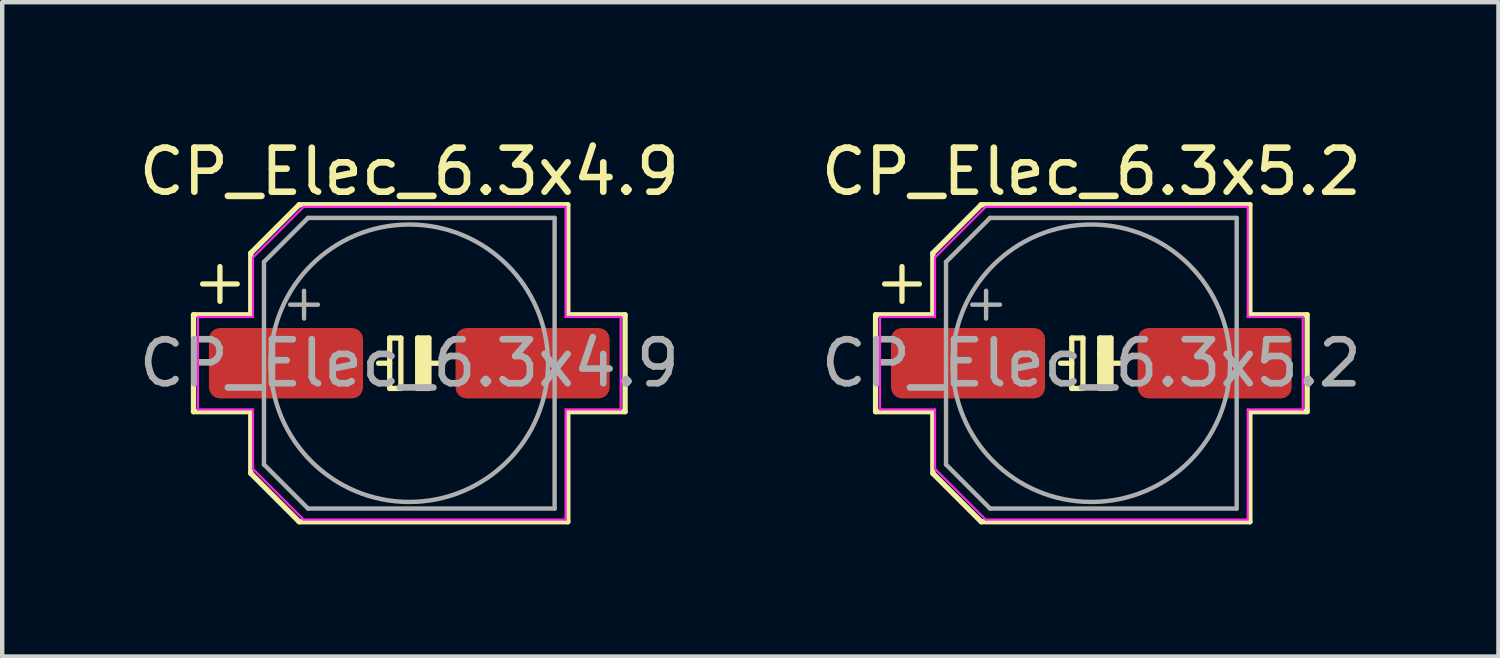
<source format=kicad_pcb>
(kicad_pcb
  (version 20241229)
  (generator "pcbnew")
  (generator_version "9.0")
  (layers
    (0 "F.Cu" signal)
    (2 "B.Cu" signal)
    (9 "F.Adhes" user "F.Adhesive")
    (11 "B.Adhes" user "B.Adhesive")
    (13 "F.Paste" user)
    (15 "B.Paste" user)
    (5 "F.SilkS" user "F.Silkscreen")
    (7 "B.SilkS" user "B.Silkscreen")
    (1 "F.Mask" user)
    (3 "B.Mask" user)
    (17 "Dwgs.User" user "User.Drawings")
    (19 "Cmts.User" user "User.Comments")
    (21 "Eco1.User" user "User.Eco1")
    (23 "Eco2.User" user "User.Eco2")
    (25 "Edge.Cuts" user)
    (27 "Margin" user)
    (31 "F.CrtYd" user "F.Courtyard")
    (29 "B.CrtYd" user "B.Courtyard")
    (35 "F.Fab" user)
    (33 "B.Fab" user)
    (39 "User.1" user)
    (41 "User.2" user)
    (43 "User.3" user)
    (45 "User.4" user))
  (footprint "CP_Elec_6.3x4.9"
    (layer "F.Cu")
    (at 6.244 5.198)
    (property "Reference" "CP_Elec_6.3x4.9" (at 0 -4.35 0) (layer "F.SilkS") (effects (font (size 1 1) (thickness 0.15))))
    (attr smd)
    (fp_line (start -4.9 -1.1) (end -3.6 -1.1) (stroke (width 0.12) (type solid)) (layer "F.SilkS"))
    (fp_line (start -4.9 1.1) (end -4.9 -1.1) (stroke (width 0.12) (type solid)) (layer "F.SilkS"))
    (fp_line (start -4.694 -1.8) (end -3.906 -1.8) (stroke (width 0.12) (type solid)) (layer "F.SilkS"))
    (fp_line (start -4.3 -2.194) (end -4.3 -1.406) (stroke (width 0.12) (type solid)) (layer "F.SilkS"))
    (fp_line (start -3.6 -2.5) (end -2.5 -3.6) (stroke (width 0.12) (type solid)) (layer "F.SilkS"))
    (fp_line (start -3.6 -1.1) (end -3.6 -2.5) (stroke (width 0.12) (type solid)) (layer "F.SilkS"))
    (fp_line (start -3.6 1.1) (end -4.9 1.1) (stroke (width 0.12) (type solid)) (layer "F.SilkS"))
    (fp_line (start -3.6 2.5) (end -3.6 1.1) (stroke (width 0.12) (type solid)) (layer "F.SilkS"))
    (fp_line (start -2.5 -3.6) (end 3.6 -3.6) (stroke (width 0.12) (type solid)) (layer "F.SilkS"))
    (fp_line (start -2.5 3.6) (end -3.6 2.5) (stroke (width 0.12) (type solid)) (layer "F.SilkS"))
    (fp_line (start -0.445 -0.572) (end -0.191 -0.572) (stroke (width 0.12) (type solid)) (layer "F.SilkS"))
    (fp_line (start -0.445 0) (end -0.699 0) (stroke (width 0.12) (type solid)) (layer "F.SilkS"))
    (fp_line (start -0.445 0.572) (end -0.445 -0.572) (stroke (width 0.12) (type solid)) (layer "F.SilkS"))
    (fp_line (start -0.191 -0.572) (end -0.191 0.572) (stroke (width 0.12) (type solid)) (layer "F.SilkS"))
    (fp_line (start -0.191 0.572) (end -0.445 0.572) (stroke (width 0.12) (type solid)) (layer "F.SilkS"))
    (fp_line (start 0.191 -0.572) (end 0.191 -0.191) (stroke (width 0.12) (type solid)) (layer "F.SilkS"))
    (fp_line (start 0.191 -0.572) (end 0.445 -0.572) (stroke (width 0.12) (type solid)) (layer "F.SilkS"))
    (fp_line (start 0.191 -0.254) (end 0.191 0.572) (stroke (width 0.12) (type solid)) (layer "F.SilkS"))
    (fp_line (start 0.445 0) (end 0.699 0) (stroke (width 0.12) (type solid)) (layer "F.SilkS"))
    (fp_line (start 0.445 0.572) (end 0.191 0.572) (stroke (width 0.12) (type solid)) (layer "F.SilkS"))
    (fp_line (start 0.445 0.572) (end 0.445 -0.572) (stroke (width 0.12) (type solid)) (layer "F.SilkS"))
    (fp_line (start 3.6 -3.6) (end 3.6 -1.1) (stroke (width 0.12) (type solid)) (layer "F.SilkS"))
    (fp_line (start 3.6 -1.1) (end 4.9 -1.1) (stroke (width 0.12) (type solid)) (layer "F.SilkS"))
    (fp_line (start 3.6 1.1) (end 3.6 3.6) (stroke (width 0.12) (type solid)) (layer "F.SilkS"))
    (fp_line (start 3.6 3.6) (end -2.5 3.6) (stroke (width 0.12) (type solid)) (layer "F.SilkS"))
    (fp_line (start 4.9 -1.1) (end 4.9 1.1) (stroke (width 0.12) (type solid)) (layer "F.SilkS"))
    (fp_line (start 4.9 1.1) (end 3.6 1.1) (stroke (width 0.12) (type solid)) (layer "F.SilkS"))
    (fp_poly (pts (xy 0.445 0.572) (xy 0.191 0.572) (xy 0.191 -0.572) (xy 0.445 -0.572)) (stroke (width 0.1) (type solid)) (fill yes) (layer "F.SilkS"))
    (fp_line (start -4.8 -1.05) (end -4.8 1.05) (stroke (width 0.05) (type solid)) (layer "F.CrtYd"))
    (fp_line (start -4.8 1.05) (end -3.55 1.05) (stroke (width 0.05) (type solid)) (layer "F.CrtYd"))
    (fp_line (start -3.55 -2.4) (end -3.55 -1.05) (stroke (width 0.05) (type solid)) (layer "F.CrtYd"))
    (fp_line (start -3.55 -2.4) (end -2.4 -3.55) (stroke (width 0.05) (type solid)) (layer "F.CrtYd"))
    (fp_line (start -3.55 -1.05) (end -4.8 -1.05) (stroke (width 0.05) (type solid)) (layer "F.CrtYd"))
    (fp_line (start -3.55 1.05) (end -3.55 2.4) (stroke (width 0.05) (type solid)) (layer "F.CrtYd"))
    (fp_line (start -3.55 2.4) (end -2.4 3.55) (stroke (width 0.05) (type solid)) (layer "F.CrtYd"))
    (fp_line (start -2.4 -3.55) (end 3.55 -3.55) (stroke (width 0.05) (type solid)) (layer "F.CrtYd"))
    (fp_line (start -2.4 3.55) (end 3.55 3.55) (stroke (width 0.05) (type solid)) (layer "F.CrtYd"))
    (fp_line (start 3.55 -3.55) (end 3.55 -1.05) (stroke (width 0.05) (type solid)) (layer "F.CrtYd"))
    (fp_line (start 3.55 -1.05) (end 4.8 -1.05) (stroke (width 0.05) (type solid)) (layer "F.CrtYd"))
    (fp_line (start 3.55 1.05) (end 3.55 3.55) (stroke (width 0.05) (type solid)) (layer "F.CrtYd"))
    (fp_line (start 4.8 -1.05) (end 4.8 1.05) (stroke (width 0.05) (type solid)) (layer "F.CrtYd"))
    (fp_line (start 4.8 1.05) (end 3.55 1.05) (stroke (width 0.05) (type solid)) (layer "F.CrtYd"))
    (fp_line (start -3.3 -2.3) (end -3.3 2.3) (stroke (width 0.1) (type solid)) (layer "F.Fab"))
    (fp_line (start -3.3 -2.3) (end -2.3 -3.3) (stroke (width 0.1) (type solid)) (layer "F.Fab"))
    (fp_line (start -3.3 2.3) (end -2.3 3.3) (stroke (width 0.1) (type solid)) (layer "F.Fab"))
    (fp_line (start -2.705 -1.33) (end -2.075 -1.33) (stroke (width 0.1) (type solid)) (layer "F.Fab"))
    (fp_line (start -2.39 -1.645) (end -2.39 -1.015) (stroke (width 0.1) (type solid)) (layer "F.Fab"))
    (fp_line (start -2.3 -3.3) (end 3.3 -3.3) (stroke (width 0.1) (type solid)) (layer "F.Fab"))
    (fp_line (start -2.3 3.3) (end 3.3 3.3) (stroke (width 0.1) (type solid)) (layer "F.Fab"))
    (fp_line (start 3.3 -3.3) (end 3.3 3.3) (stroke (width 0.1) (type solid)) (layer "F.Fab"))
    (fp_circle (center 0 0) (end 3.15 0) (stroke (width 0.1) (type solid)) (fill no) (layer "F.Fab"))
    (fp_text user "${REFERENCE}" (at 0 0 0) (layer "F.Fab") (effects (font (size 1 1) (thickness 0.15))))
    (pad "1" smd roundrect (at -2.8 0) (size 3.5 1.6) (layers "F.Cu" "F.Mask" "F.Paste") (roundrect_rratio 0.156))
    (pad "2" smd roundrect (at 2.8 0) (size 3.5 1.6) (layers "F.Cu" "F.Mask" "F.Paste") (roundrect_rratio 0.156)))
  (footprint "CP_Elec_6.3x5.2"
    (layer "F.Cu")
    (at 21.732 5.198)
    (property "Reference" "CP_Elec_6.3x5.2" (at 0 -4.35 0) (layer "F.SilkS") (effects (font (size 1 1) (thickness 0.15))))
    (attr smd)
    (fp_line (start -4.9 -1.1) (end -4.9 1.1) (stroke (width 0.12) (type solid)) (layer "F.SilkS"))
    (fp_line (start -4.9 1.1) (end -3.6 1.1) (stroke (width 0.12) (type solid)) (layer "F.SilkS"))
    (fp_line (start -4.694 -1.8) (end -3.906 -1.8) (stroke (width 0.12) (type solid)) (layer "F.SilkS"))
    (fp_line (start -4.3 -2.194) (end -4.3 -1.406) (stroke (width 0.12) (type solid)) (layer "F.SilkS"))
    (fp_line (start -3.6 -1.1) (end -4.9 -1.1) (stroke (width 0.12) (type solid)) (layer "F.SilkS"))
    (fp_line (start -3.6 -1.1) (end -3.6 -2.5) (stroke (width 0.12) (type solid)) (layer "F.SilkS"))
    (fp_line (start -3.6 1.1) (end -3.6 2.5) (stroke (width 0.12) (type solid)) (layer "F.SilkS"))
    (fp_line (start -3.6 2.5) (end -2.5 3.6) (stroke (width 0.12) (type solid)) (layer "F.SilkS"))
    (fp_line (start -2.5 -3.6) (end -3.6 -2.5) (stroke (width 0.12) (type solid)) (layer "F.SilkS"))
    (fp_line (start -2.5 3.6) (end 3.6 3.6) (stroke (width 0.12) (type solid)) (layer "F.SilkS"))
    (fp_line (start -0.445 -0.572) (end -0.191 -0.572) (stroke (width 0.12) (type solid)) (layer "F.SilkS"))
    (fp_line (start -0.445 0) (end -0.699 0) (stroke (width 0.12) (type solid)) (layer "F.SilkS"))
    (fp_line (start -0.445 0.572) (end -0.445 -0.572) (stroke (width 0.12) (type solid)) (layer "F.SilkS"))
    (fp_line (start -0.191 -0.572) (end -0.191 0.572) (stroke (width 0.12) (type solid)) (layer "F.SilkS"))
    (fp_line (start -0.191 0.572) (end -0.445 0.572) (stroke (width 0.12) (type solid)) (layer "F.SilkS"))
    (fp_line (start 0.191 -0.572) (end 0.191 -0.191) (stroke (width 0.12) (type solid)) (layer "F.SilkS"))
    (fp_line (start 0.191 -0.572) (end 0.445 -0.572) (stroke (width 0.12) (type solid)) (layer "F.SilkS"))
    (fp_line (start 0.191 -0.254) (end 0.191 0.572) (stroke (width 0.12) (type solid)) (layer "F.SilkS"))
    (fp_line (start 0.445 0) (end 0.699 0) (stroke (width 0.12) (type solid)) (layer "F.SilkS"))
    (fp_line (start 0.445 0.572) (end 0.191 0.572) (stroke (width 0.12) (type solid)) (layer "F.SilkS"))
    (fp_line (start 0.445 0.572) (end 0.445 -0.572) (stroke (width 0.12) (type solid)) (layer "F.SilkS"))
    (fp_line (start 3.6 -3.6) (end -2.5 -3.6) (stroke (width 0.12) (type solid)) (layer "F.SilkS"))
    (fp_line (start 3.6 -1.1) (end 3.6 -3.6) (stroke (width 0.12) (type solid)) (layer "F.SilkS"))
    (fp_line (start 3.6 1.1) (end 4.9 1.1) (stroke (width 0.12) (type solid)) (layer "F.SilkS"))
    (fp_line (start 3.6 3.6) (end 3.6 1.1) (stroke (width 0.12) (type solid)) (layer "F.SilkS"))
    (fp_line (start 4.9 -1.1) (end 3.6 -1.1) (stroke (width 0.12) (type solid)) (layer "F.SilkS"))
    (fp_line (start 4.9 1.1) (end 4.9 -1.1) (stroke (width 0.12) (type solid)) (layer "F.SilkS"))
    (fp_poly (pts (xy 0.445 0.572) (xy 0.191 0.572) (xy 0.191 -0.572) (xy 0.445 -0.572)) (stroke (width 0.1) (type solid)) (fill yes) (layer "F.SilkS"))
    (fp_line (start -4.8 -1.05) (end -4.8 1.05) (stroke (width 0.05) (type solid)) (layer "F.CrtYd"))
    (fp_line (start -4.8 1.05) (end -3.55 1.05) (stroke (width 0.05) (type solid)) (layer "F.CrtYd"))
    (fp_line (start -3.55 -2.4) (end -3.55 -1.05) (stroke (width 0.05) (type solid)) (layer "F.CrtYd"))
    (fp_line (start -3.55 -2.4) (end -2.4 -3.55) (stroke (width 0.05) (type solid)) (layer "F.CrtYd"))
    (fp_line (start -3.55 -1.05) (end -4.8 -1.05) (stroke (width 0.05) (type solid)) (layer "F.CrtYd"))
    (fp_line (start -3.55 1.05) (end -3.55 2.4) (stroke (width 0.05) (type solid)) (layer "F.CrtYd"))
    (fp_line (start -3.55 2.4) (end -2.4 3.55) (stroke (width 0.05) (type solid)) (layer "F.CrtYd"))
    (fp_line (start -2.4 -3.55) (end 3.55 -3.55) (stroke (width 0.05) (type solid)) (layer "F.CrtYd"))
    (fp_line (start -2.4 3.55) (end 3.55 3.55) (stroke (width 0.05) (type solid)) (layer "F.CrtYd"))
    (fp_line (start 3.55 -3.55) (end 3.55 -1.05) (stroke (width 0.05) (type solid)) (layer "F.CrtYd"))
    (fp_line (start 3.55 -1.05) (end 4.8 -1.05) (stroke (width 0.05) (type solid)) (layer "F.CrtYd"))
    (fp_line (start 3.55 1.05) (end 3.55 3.55) (stroke (width 0.05) (type solid)) (layer "F.CrtYd"))
    (fp_line (start 4.8 -1.05) (end 4.8 1.05) (stroke (width 0.05) (type solid)) (layer "F.CrtYd"))
    (fp_line (start 4.8 1.05) (end 3.55 1.05) (stroke (width 0.05) (type solid)) (layer "F.CrtYd"))
    (fp_line (start -3.3 -2.3) (end -3.3 2.3) (stroke (width 0.1) (type solid)) (layer "F.Fab"))
    (fp_line (start -3.3 -2.3) (end -2.3 -3.3) (stroke (width 0.1) (type solid)) (layer "F.Fab"))
    (fp_line (start -3.3 2.3) (end -2.3 3.3) (stroke (width 0.1) (type solid)) (layer "F.Fab"))
    (fp_line (start -2.705 -1.33) (end -2.075 -1.33) (stroke (width 0.1) (type solid)) (layer "F.Fab"))
    (fp_line (start -2.39 -1.645) (end -2.39 -1.015) (stroke (width 0.1) (type solid)) (layer "F.Fab"))
    (fp_line (start -2.3 -3.3) (end 3.3 -3.3) (stroke (width 0.1) (type solid)) (layer "F.Fab"))
    (fp_line (start -2.3 3.3) (end 3.3 3.3) (stroke (width 0.1) (type solid)) (layer "F.Fab"))
    (fp_line (start 3.3 -3.3) (end 3.3 3.3) (stroke (width 0.1) (type solid)) (layer "F.Fab"))
    (fp_circle (center 0 0) (end 3.15 0) (stroke (width 0.1) (type solid)) (fill no) (layer "F.Fab"))
    (fp_text user "${REFERENCE}" (at 0 0 0) (layer "F.Fab") (effects (font (size 1 1) (thickness 0.15))))
    (pad "1" smd roundrect (at -2.8 0) (size 3.5 1.6) (layers "F.Cu" "F.Mask" "F.Paste") (roundrect_rratio 0.156))
    (pad "2" smd roundrect (at 2.8 0) (size 3.5 1.6) (layers "F.Cu" "F.Mask" "F.Paste") (roundrect_rratio 0.156)))
  (gr_rect
    (start -3 -3)
    (end 30.976 11.858)
    (stroke (width 0.1) (type default))
    (fill no)
    (layer "Edge.Cuts")))
</source>
